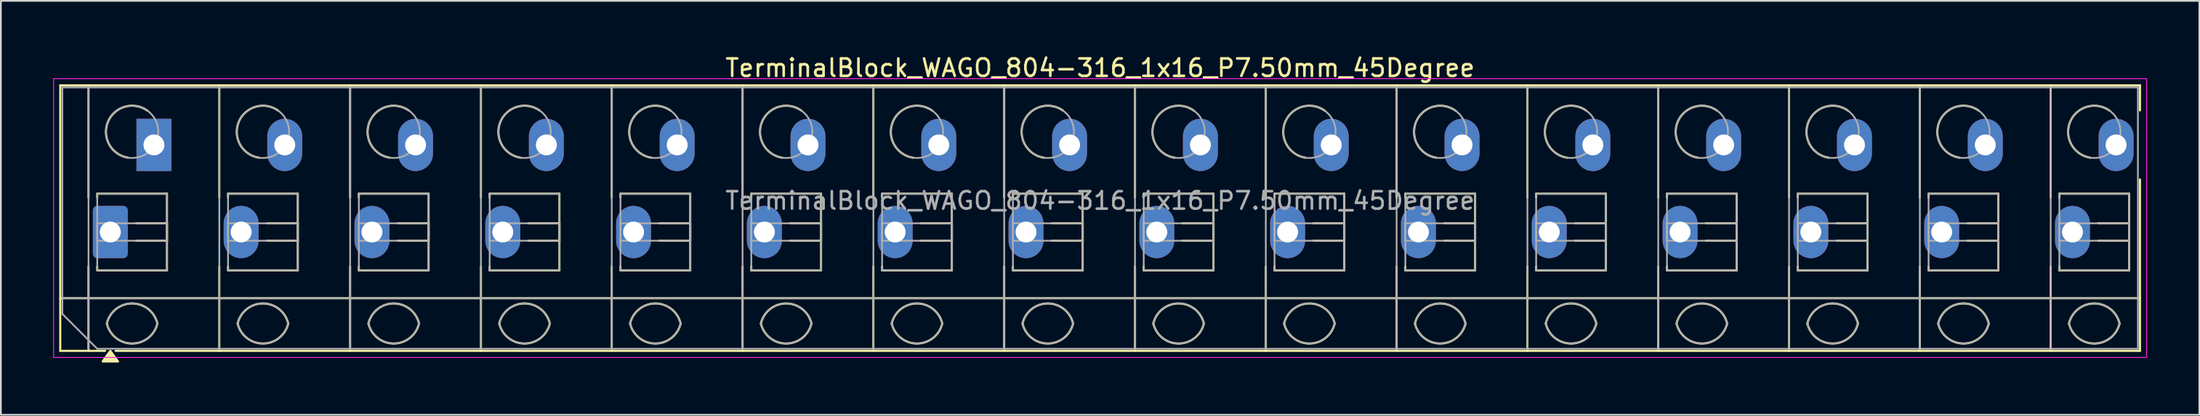
<source format=kicad_pcb>
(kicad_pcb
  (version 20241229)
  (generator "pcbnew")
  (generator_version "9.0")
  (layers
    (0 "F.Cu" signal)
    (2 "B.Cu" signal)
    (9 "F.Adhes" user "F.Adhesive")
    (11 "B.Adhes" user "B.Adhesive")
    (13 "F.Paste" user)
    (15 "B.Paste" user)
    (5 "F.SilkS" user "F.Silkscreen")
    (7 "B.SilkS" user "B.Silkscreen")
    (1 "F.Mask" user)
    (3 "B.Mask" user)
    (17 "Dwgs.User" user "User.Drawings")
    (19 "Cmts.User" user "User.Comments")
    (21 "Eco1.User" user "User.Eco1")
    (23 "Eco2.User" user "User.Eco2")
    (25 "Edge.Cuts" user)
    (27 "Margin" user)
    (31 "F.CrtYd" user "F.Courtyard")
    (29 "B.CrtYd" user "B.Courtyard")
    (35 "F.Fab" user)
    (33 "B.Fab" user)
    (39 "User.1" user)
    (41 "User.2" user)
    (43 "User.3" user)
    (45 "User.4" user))
  (footprint "TerminalBlock_WAGO_804-316_1x16_P7.50mm_45Degree"
    (layer "F.Cu")
    (at 3.275 10.268)
    (property "Reference" "TerminalBlock_WAGO_804-316_1x16_P7.50mm_45Degree" (at 56.75 -9.42 0) (layer "F.SilkS") (effects (font (size 1 1) (thickness 0.15))))
    (attr through_hole)
    (fp_line (start -2.87 -8.42) (end -2.87 6.82) (stroke (width 0.12) (type solid)) (layer "F.SilkS"))
    (fp_line (start -2.87 -8.42) (end 116.37 -8.42) (stroke (width 0.12) (type solid)) (layer "F.SilkS"))
    (fp_line (start -2.87 3.8) (end 116.37 3.8) (stroke (width 0.12) (type solid)) (layer "F.SilkS"))
    (fp_line (start -2.87 6.82) (end -0.3 6.82) (stroke (width 0.12) (type solid)) (layer "F.SilkS"))
    (fp_line (start -1.25 -8.42) (end -1.25 -1.98) (stroke (width 0.12) (type solid)) (layer "F.SilkS"))
    (fp_line (start -1.25 1.98) (end -1.25 6.82) (stroke (width 0.12) (type solid)) (layer "F.SilkS"))
    (fp_line (start -0.75 -2.2) (end -0.75 -1.98) (stroke (width 0.12) (type solid)) (layer "F.SilkS"))
    (fp_line (start -0.75 -2.2) (end 3.25 -2.2) (stroke (width 0.12) (type solid)) (layer "F.SilkS"))
    (fp_line (start -0.75 1.98) (end -0.75 2.2) (stroke (width 0.12) (type solid)) (layer "F.SilkS"))
    (fp_line (start -0.75 2.2) (end 3.25 2.2) (stroke (width 0.12) (type solid)) (layer "F.SilkS"))
    (fp_line (start 0.3 6.82) (end 116.37 6.82) (stroke (width 0.12) (type solid)) (layer "F.SilkS"))
    (fp_line (start 1.48 -0.5) (end 3.25 -0.5) (stroke (width 0.12) (type solid)) (layer "F.SilkS"))
    (fp_line (start 1.48 0.5) (end 3.25 0.5) (stroke (width 0.12) (type solid)) (layer "F.SilkS"))
    (fp_line (start 3.25 -2.2) (end 3.25 2.2) (stroke (width 0.12) (type solid)) (layer "F.SilkS"))
    (fp_line (start 3.25 -0.5) (end 3.25 0.5) (stroke (width 0.12) (type solid)) (layer "F.SilkS"))
    (fp_line (start 6.25 -8.42) (end 6.25 -1.98) (stroke (width 0.12) (type solid)) (layer "F.SilkS"))
    (fp_line (start 6.25 1.98) (end 6.25 6.82) (stroke (width 0.12) (type solid)) (layer "F.SilkS"))
    (fp_line (start 6.75 -2.2) (end 6.75 -1.98) (stroke (width 0.12) (type solid)) (layer "F.SilkS"))
    (fp_line (start 6.75 -2.2) (end 10.75 -2.2) (stroke (width 0.12) (type solid)) (layer "F.SilkS"))
    (fp_line (start 6.75 1.98) (end 6.75 2.2) (stroke (width 0.12) (type solid)) (layer "F.SilkS"))
    (fp_line (start 6.75 2.2) (end 10.75 2.2) (stroke (width 0.12) (type solid)) (layer "F.SilkS"))
    (fp_line (start 8.98 -0.5) (end 10.75 -0.5) (stroke (width 0.12) (type solid)) (layer "F.SilkS"))
    (fp_line (start 8.98 0.5) (end 10.75 0.5) (stroke (width 0.12) (type solid)) (layer "F.SilkS"))
    (fp_line (start 10.75 -2.2) (end 10.75 2.2) (stroke (width 0.12) (type solid)) (layer "F.SilkS"))
    (fp_line (start 10.75 -0.5) (end 10.75 0.5) (stroke (width 0.12) (type solid)) (layer "F.SilkS"))
    (fp_line (start 13.75 -8.42) (end 13.75 -1.98) (stroke (width 0.12) (type solid)) (layer "F.SilkS"))
    (fp_line (start 13.75 1.98) (end 13.75 6.82) (stroke (width 0.12) (type solid)) (layer "F.SilkS"))
    (fp_line (start 14.25 -2.2) (end 14.25 -1.98) (stroke (width 0.12) (type solid)) (layer "F.SilkS"))
    (fp_line (start 14.25 -2.2) (end 18.25 -2.2) (stroke (width 0.12) (type solid)) (layer "F.SilkS"))
    (fp_line (start 14.25 1.98) (end 14.25 2.2) (stroke (width 0.12) (type solid)) (layer "F.SilkS"))
    (fp_line (start 14.25 2.2) (end 18.25 2.2) (stroke (width 0.12) (type solid)) (layer "F.SilkS"))
    (fp_line (start 16.48 -0.5) (end 18.25 -0.5) (stroke (width 0.12) (type solid)) (layer "F.SilkS"))
    (fp_line (start 16.48 0.5) (end 18.25 0.5) (stroke (width 0.12) (type solid)) (layer "F.SilkS"))
    (fp_line (start 18.25 -2.2) (end 18.25 2.2) (stroke (width 0.12) (type solid)) (layer "F.SilkS"))
    (fp_line (start 18.25 -0.5) (end 18.25 0.5) (stroke (width 0.12) (type solid)) (layer "F.SilkS"))
    (fp_line (start 21.25 -8.42) (end 21.25 -1.98) (stroke (width 0.12) (type solid)) (layer "F.SilkS"))
    (fp_line (start 21.25 1.98) (end 21.25 6.82) (stroke (width 0.12) (type solid)) (layer "F.SilkS"))
    (fp_line (start 21.75 -2.2) (end 21.75 -1.98) (stroke (width 0.12) (type solid)) (layer "F.SilkS"))
    (fp_line (start 21.75 -2.2) (end 25.75 -2.2) (stroke (width 0.12) (type solid)) (layer "F.SilkS"))
    (fp_line (start 21.75 1.98) (end 21.75 2.2) (stroke (width 0.12) (type solid)) (layer "F.SilkS"))
    (fp_line (start 21.75 2.2) (end 25.75 2.2) (stroke (width 0.12) (type solid)) (layer "F.SilkS"))
    (fp_line (start 23.98 -0.5) (end 25.75 -0.5) (stroke (width 0.12) (type solid)) (layer "F.SilkS"))
    (fp_line (start 23.98 0.5) (end 25.75 0.5) (stroke (width 0.12) (type solid)) (layer "F.SilkS"))
    (fp_line (start 25.75 -2.2) (end 25.75 2.2) (stroke (width 0.12) (type solid)) (layer "F.SilkS"))
    (fp_line (start 25.75 -0.5) (end 25.75 0.5) (stroke (width 0.12) (type solid)) (layer "F.SilkS"))
    (fp_line (start 28.75 -8.42) (end 28.75 -1.98) (stroke (width 0.12) (type solid)) (layer "F.SilkS"))
    (fp_line (start 28.75 1.98) (end 28.75 6.82) (stroke (width 0.12) (type solid)) (layer "F.SilkS"))
    (fp_line (start 29.25 -2.2) (end 29.25 -1.98) (stroke (width 0.12) (type solid)) (layer "F.SilkS"))
    (fp_line (start 29.25 -2.2) (end 33.25 -2.2) (stroke (width 0.12) (type solid)) (layer "F.SilkS"))
    (fp_line (start 29.25 1.98) (end 29.25 2.2) (stroke (width 0.12) (type solid)) (layer "F.SilkS"))
    (fp_line (start 29.25 2.2) (end 33.25 2.2) (stroke (width 0.12) (type solid)) (layer "F.SilkS"))
    (fp_line (start 31.48 -0.5) (end 33.25 -0.5) (stroke (width 0.12) (type solid)) (layer "F.SilkS"))
    (fp_line (start 31.48 0.5) (end 33.25 0.5) (stroke (width 0.12) (type solid)) (layer "F.SilkS"))
    (fp_line (start 33.25 -2.2) (end 33.25 2.2) (stroke (width 0.12) (type solid)) (layer "F.SilkS"))
    (fp_line (start 33.25 -0.5) (end 33.25 0.5) (stroke (width 0.12) (type solid)) (layer "F.SilkS"))
    (fp_line (start 36.25 -8.42) (end 36.25 -1.98) (stroke (width 0.12) (type solid)) (layer "F.SilkS"))
    (fp_line (start 36.25 1.98) (end 36.25 6.82) (stroke (width 0.12) (type solid)) (layer "F.SilkS"))
    (fp_line (start 36.75 -2.2) (end 36.75 -1.98) (stroke (width 0.12) (type solid)) (layer "F.SilkS"))
    (fp_line (start 36.75 -2.2) (end 40.75 -2.2) (stroke (width 0.12) (type solid)) (layer "F.SilkS"))
    (fp_line (start 36.75 1.98) (end 36.75 2.2) (stroke (width 0.12) (type solid)) (layer "F.SilkS"))
    (fp_line (start 36.75 2.2) (end 40.75 2.2) (stroke (width 0.12) (type solid)) (layer "F.SilkS"))
    (fp_line (start 38.98 -0.5) (end 40.75 -0.5) (stroke (width 0.12) (type solid)) (layer "F.SilkS"))
    (fp_line (start 38.98 0.5) (end 40.75 0.5) (stroke (width 0.12) (type solid)) (layer "F.SilkS"))
    (fp_line (start 40.75 -2.2) (end 40.75 2.2) (stroke (width 0.12) (type solid)) (layer "F.SilkS"))
    (fp_line (start 40.75 -0.5) (end 40.75 0.5) (stroke (width 0.12) (type solid)) (layer "F.SilkS"))
    (fp_line (start 43.75 -8.42) (end 43.75 -1.98) (stroke (width 0.12) (type solid)) (layer "F.SilkS"))
    (fp_line (start 43.75 1.98) (end 43.75 6.82) (stroke (width 0.12) (type solid)) (layer "F.SilkS"))
    (fp_line (start 44.25 -2.2) (end 44.25 -1.98) (stroke (width 0.12) (type solid)) (layer "F.SilkS"))
    (fp_line (start 44.25 -2.2) (end 48.25 -2.2) (stroke (width 0.12) (type solid)) (layer "F.SilkS"))
    (fp_line (start 44.25 1.98) (end 44.25 2.2) (stroke (width 0.12) (type solid)) (layer "F.SilkS"))
    (fp_line (start 44.25 2.2) (end 48.25 2.2) (stroke (width 0.12) (type solid)) (layer "F.SilkS"))
    (fp_line (start 46.48 -0.5) (end 48.25 -0.5) (stroke (width 0.12) (type solid)) (layer "F.SilkS"))
    (fp_line (start 46.48 0.5) (end 48.25 0.5) (stroke (width 0.12) (type solid)) (layer "F.SilkS"))
    (fp_line (start 48.25 -2.2) (end 48.25 2.2) (stroke (width 0.12) (type solid)) (layer "F.SilkS"))
    (fp_line (start 48.25 -0.5) (end 48.25 0.5) (stroke (width 0.12) (type solid)) (layer "F.SilkS"))
    (fp_line (start 51.25 -8.42) (end 51.25 -1.98) (stroke (width 0.12) (type solid)) (layer "F.SilkS"))
    (fp_line (start 51.25 1.98) (end 51.25 6.82) (stroke (width 0.12) (type solid)) (layer "F.SilkS"))
    (fp_line (start 51.75 -2.2) (end 51.75 -1.98) (stroke (width 0.12) (type solid)) (layer "F.SilkS"))
    (fp_line (start 51.75 -2.2) (end 55.75 -2.2) (stroke (width 0.12) (type solid)) (layer "F.SilkS"))
    (fp_line (start 51.75 1.98) (end 51.75 2.2) (stroke (width 0.12) (type solid)) (layer "F.SilkS"))
    (fp_line (start 51.75 2.2) (end 55.75 2.2) (stroke (width 0.12) (type solid)) (layer "F.SilkS"))
    (fp_line (start 53.98 -0.5) (end 55.75 -0.5) (stroke (width 0.12) (type solid)) (layer "F.SilkS"))
    (fp_line (start 53.98 0.5) (end 55.75 0.5) (stroke (width 0.12) (type solid)) (layer "F.SilkS"))
    (fp_line (start 55.75 -2.2) (end 55.75 2.2) (stroke (width 0.12) (type solid)) (layer "F.SilkS"))
    (fp_line (start 55.75 -0.5) (end 55.75 0.5) (stroke (width 0.12) (type solid)) (layer "F.SilkS"))
    (fp_line (start 58.75 -8.42) (end 58.75 -1.98) (stroke (width 0.12) (type solid)) (layer "F.SilkS"))
    (fp_line (start 58.75 1.98) (end 58.75 6.82) (stroke (width 0.12) (type solid)) (layer "F.SilkS"))
    (fp_line (start 59.25 -2.2) (end 59.25 -1.98) (stroke (width 0.12) (type solid)) (layer "F.SilkS"))
    (fp_line (start 59.25 -2.2) (end 63.25 -2.2) (stroke (width 0.12) (type solid)) (layer "F.SilkS"))
    (fp_line (start 59.25 1.98) (end 59.25 2.2) (stroke (width 0.12) (type solid)) (layer "F.SilkS"))
    (fp_line (start 59.25 2.2) (end 63.25 2.2) (stroke (width 0.12) (type solid)) (layer "F.SilkS"))
    (fp_line (start 61.48 -0.5) (end 63.25 -0.5) (stroke (width 0.12) (type solid)) (layer "F.SilkS"))
    (fp_line (start 61.48 0.5) (end 63.25 0.5) (stroke (width 0.12) (type solid)) (layer "F.SilkS"))
    (fp_line (start 63.25 -2.2) (end 63.25 2.2) (stroke (width 0.12) (type solid)) (layer "F.SilkS"))
    (fp_line (start 63.25 -0.5) (end 63.25 0.5) (stroke (width 0.12) (type solid)) (layer "F.SilkS"))
    (fp_line (start 66.25 -8.42) (end 66.25 -1.98) (stroke (width 0.12) (type solid)) (layer "F.SilkS"))
    (fp_line (start 66.25 1.98) (end 66.25 6.82) (stroke (width 0.12) (type solid)) (layer "F.SilkS"))
    (fp_line (start 66.75 -2.2) (end 66.75 -1.98) (stroke (width 0.12) (type solid)) (layer "F.SilkS"))
    (fp_line (start 66.75 -2.2) (end 70.75 -2.2) (stroke (width 0.12) (type solid)) (layer "F.SilkS"))
    (fp_line (start 66.75 1.98) (end 66.75 2.2) (stroke (width 0.12) (type solid)) (layer "F.SilkS"))
    (fp_line (start 66.75 2.2) (end 70.75 2.2) (stroke (width 0.12) (type solid)) (layer "F.SilkS"))
    (fp_line (start 68.98 -0.5) (end 70.75 -0.5) (stroke (width 0.12) (type solid)) (layer "F.SilkS"))
    (fp_line (start 68.98 0.5) (end 70.75 0.5) (stroke (width 0.12) (type solid)) (layer "F.SilkS"))
    (fp_line (start 70.75 -2.2) (end 70.75 2.2) (stroke (width 0.12) (type solid)) (layer "F.SilkS"))
    (fp_line (start 70.75 -0.5) (end 70.75 0.5) (stroke (width 0.12) (type solid)) (layer "F.SilkS"))
    (fp_line (start 73.75 -8.42) (end 73.75 -1.98) (stroke (width 0.12) (type solid)) (layer "F.SilkS"))
    (fp_line (start 73.75 1.98) (end 73.75 6.82) (stroke (width 0.12) (type solid)) (layer "F.SilkS"))
    (fp_line (start 74.25 -2.2) (end 74.25 -1.98) (stroke (width 0.12) (type solid)) (layer "F.SilkS"))
    (fp_line (start 74.25 -2.2) (end 78.25 -2.2) (stroke (width 0.12) (type solid)) (layer "F.SilkS"))
    (fp_line (start 74.25 1.98) (end 74.25 2.2) (stroke (width 0.12) (type solid)) (layer "F.SilkS"))
    (fp_line (start 74.25 2.2) (end 78.25 2.2) (stroke (width 0.12) (type solid)) (layer "F.SilkS"))
    (fp_line (start 76.48 -0.5) (end 78.25 -0.5) (stroke (width 0.12) (type solid)) (layer "F.SilkS"))
    (fp_line (start 76.48 0.5) (end 78.25 0.5) (stroke (width 0.12) (type solid)) (layer "F.SilkS"))
    (fp_line (start 78.25 -2.2) (end 78.25 2.2) (stroke (width 0.12) (type solid)) (layer "F.SilkS"))
    (fp_line (start 78.25 -0.5) (end 78.25 0.5) (stroke (width 0.12) (type solid)) (layer "F.SilkS"))
    (fp_line (start 81.25 -8.42) (end 81.25 -1.98) (stroke (width 0.12) (type solid)) (layer "F.SilkS"))
    (fp_line (start 81.25 1.98) (end 81.25 6.82) (stroke (width 0.12) (type solid)) (layer "F.SilkS"))
    (fp_line (start 81.75 -2.2) (end 81.75 -1.98) (stroke (width 0.12) (type solid)) (layer "F.SilkS"))
    (fp_line (start 81.75 -2.2) (end 85.75 -2.2) (stroke (width 0.12) (type solid)) (layer "F.SilkS"))
    (fp_line (start 81.75 1.98) (end 81.75 2.2) (stroke (width 0.12) (type solid)) (layer "F.SilkS"))
    (fp_line (start 81.75 2.2) (end 85.75 2.2) (stroke (width 0.12) (type solid)) (layer "F.SilkS"))
    (fp_line (start 83.98 -0.5) (end 85.75 -0.5) (stroke (width 0.12) (type solid)) (layer "F.SilkS"))
    (fp_line (start 83.98 0.5) (end 85.75 0.5) (stroke (width 0.12) (type solid)) (layer "F.SilkS"))
    (fp_line (start 85.75 -2.2) (end 85.75 2.2) (stroke (width 0.12) (type solid)) (layer "F.SilkS"))
    (fp_line (start 85.75 -0.5) (end 85.75 0.5) (stroke (width 0.12) (type solid)) (layer "F.SilkS"))
    (fp_line (start 88.75 -8.42) (end 88.75 -1.98) (stroke (width 0.12) (type solid)) (layer "F.SilkS"))
    (fp_line (start 88.75 1.98) (end 88.75 6.82) (stroke (width 0.12) (type solid)) (layer "F.SilkS"))
    (fp_line (start 89.25 -2.2) (end 89.25 -1.98) (stroke (width 0.12) (type solid)) (layer "F.SilkS"))
    (fp_line (start 89.25 -2.2) (end 93.25 -2.2) (stroke (width 0.12) (type solid)) (layer "F.SilkS"))
    (fp_line (start 89.25 1.98) (end 89.25 2.2) (stroke (width 0.12) (type solid)) (layer "F.SilkS"))
    (fp_line (start 89.25 2.2) (end 93.25 2.2) (stroke (width 0.12) (type solid)) (layer "F.SilkS"))
    (fp_line (start 91.48 -0.5) (end 93.25 -0.5) (stroke (width 0.12) (type solid)) (layer "F.SilkS"))
    (fp_line (start 91.48 0.5) (end 93.25 0.5) (stroke (width 0.12) (type solid)) (layer "F.SilkS"))
    (fp_line (start 93.25 -2.2) (end 93.25 2.2) (stroke (width 0.12) (type solid)) (layer "F.SilkS"))
    (fp_line (start 93.25 -0.5) (end 93.25 0.5) (stroke (width 0.12) (type solid)) (layer "F.SilkS"))
    (fp_line (start 96.25 -8.42) (end 96.25 -1.98) (stroke (width 0.12) (type solid)) (layer "F.SilkS"))
    (fp_line (start 96.25 1.98) (end 96.25 6.82) (stroke (width 0.12) (type solid)) (layer "F.SilkS"))
    (fp_line (start 96.75 -2.2) (end 96.75 -1.98) (stroke (width 0.12) (type solid)) (layer "F.SilkS"))
    (fp_line (start 96.75 -2.2) (end 100.75 -2.2) (stroke (width 0.12) (type solid)) (layer "F.SilkS"))
    (fp_line (start 96.75 1.98) (end 96.75 2.2) (stroke (width 0.12) (type solid)) (layer "F.SilkS"))
    (fp_line (start 96.75 2.2) (end 100.75 2.2) (stroke (width 0.12) (type solid)) (layer "F.SilkS"))
    (fp_line (start 98.98 -0.5) (end 100.75 -0.5) (stroke (width 0.12) (type solid)) (layer "F.SilkS"))
    (fp_line (start 98.98 0.5) (end 100.75 0.5) (stroke (width 0.12) (type solid)) (layer "F.SilkS"))
    (fp_line (start 100.75 -2.2) (end 100.75 2.2) (stroke (width 0.12) (type solid)) (layer "F.SilkS"))
    (fp_line (start 100.75 -0.5) (end 100.75 0.5) (stroke (width 0.12) (type solid)) (layer "F.SilkS"))
    (fp_line (start 103.75 -8.42) (end 103.75 -1.98) (stroke (width 0.12) (type solid)) (layer "F.SilkS"))
    (fp_line (start 103.75 1.98) (end 103.75 6.82) (stroke (width 0.12) (type solid)) (layer "F.SilkS"))
    (fp_line (start 104.25 -2.2) (end 104.25 -1.98) (stroke (width 0.12) (type solid)) (layer "F.SilkS"))
    (fp_line (start 104.25 -2.2) (end 108.25 -2.2) (stroke (width 0.12) (type solid)) (layer "F.SilkS"))
    (fp_line (start 104.25 1.98) (end 104.25 2.2) (stroke (width 0.12) (type solid)) (layer "F.SilkS"))
    (fp_line (start 104.25 2.2) (end 108.25 2.2) (stroke (width 0.12) (type solid)) (layer "F.SilkS"))
    (fp_line (start 106.48 -0.5) (end 108.25 -0.5) (stroke (width 0.12) (type solid)) (layer "F.SilkS"))
    (fp_line (start 106.48 0.5) (end 108.25 0.5) (stroke (width 0.12) (type solid)) (layer "F.SilkS"))
    (fp_line (start 108.25 -2.2) (end 108.25 2.2) (stroke (width 0.12) (type solid)) (layer "F.SilkS"))
    (fp_line (start 108.25 -0.5) (end 108.25 0.5) (stroke (width 0.12) (type solid)) (layer "F.SilkS"))
    (fp_line (start 111.25 -8.42) (end 111.25 -1.98) (stroke (width 0.12) (type solid)) (layer "F.SilkS"))
    (fp_line (start 111.25 1.98) (end 111.25 6.82) (stroke (width 0.12) (type solid)) (layer "F.SilkS"))
    (fp_line (start 111.75 -2.2) (end 111.75 -1.98) (stroke (width 0.12) (type solid)) (layer "F.SilkS"))
    (fp_line (start 111.75 -2.2) (end 115.75 -2.2) (stroke (width 0.12) (type solid)) (layer "F.SilkS"))
    (fp_line (start 111.75 1.98) (end 111.75 2.2) (stroke (width 0.12) (type solid)) (layer "F.SilkS"))
    (fp_line (start 111.75 2.2) (end 115.75 2.2) (stroke (width 0.12) (type solid)) (layer "F.SilkS"))
    (fp_line (start 113.98 -0.5) (end 115.75 -0.5) (stroke (width 0.12) (type solid)) (layer "F.SilkS"))
    (fp_line (start 113.98 0.5) (end 115.75 0.5) (stroke (width 0.12) (type solid)) (layer "F.SilkS"))
    (fp_line (start 115.75 -2.2) (end 115.75 2.2) (stroke (width 0.12) (type solid)) (layer "F.SilkS"))
    (fp_line (start 115.75 -0.5) (end 115.75 0.5) (stroke (width 0.12) (type solid)) (layer "F.SilkS"))
    (fp_line (start 116.37 -8.42) (end 116.37 -6.98) (stroke (width 0.12) (type solid)) (layer "F.SilkS"))
    (fp_line (start 116.37 -3.02) (end 116.37 6.82) (stroke (width 0.12) (type solid)) (layer "F.SilkS"))
    (fp_arc (start -0.199942 5.249753) (mid 1.250127 4.099899) (end 2.7 5.25) (stroke (width 0.12) (type solid)) (layer "F.SilkS"))
    (fp_arc (start 1.02 -4.268) (mid -0.141815 -6.308637) (end 2.10843 -6.979765) (stroke (width 0.12) (type solid)) (layer "F.SilkS"))
    (fp_arc (start 2.7 5.25) (mid 1.250127 6.400101) (end -0.199942 5.250247) (stroke (width 0.12) (type solid)) (layer "F.SilkS"))
    (fp_arc (start 7.300058 5.249753) (mid 8.750127 4.099899) (end 10.2 5.25) (stroke (width 0.12) (type solid)) (layer "F.SilkS"))
    (fp_arc (start 8.52 -4.268) (mid 7.358185 -6.308637) (end 9.60843 -6.979765) (stroke (width 0.12) (type solid)) (layer "F.SilkS"))
    (fp_arc (start 10.2 5.25) (mid 8.750127 6.400101) (end 7.300058 5.250247) (stroke (width 0.12) (type solid)) (layer "F.SilkS"))
    (fp_arc (start 14.800058 5.249753) (mid 16.250127 4.099899) (end 17.7 5.25) (stroke (width 0.12) (type solid)) (layer "F.SilkS"))
    (fp_arc (start 16.02 -4.268) (mid 14.858185 -6.308637) (end 17.10843 -6.979765) (stroke (width 0.12) (type solid)) (layer "F.SilkS"))
    (fp_arc (start 17.7 5.25) (mid 16.250127 6.400101) (end 14.800058 5.250247) (stroke (width 0.12) (type solid)) (layer "F.SilkS"))
    (fp_arc (start 22.300058 5.249753) (mid 23.750127 4.099899) (end 25.2 5.25) (stroke (width 0.12) (type solid)) (layer "F.SilkS"))
    (fp_arc (start 23.52 -4.268) (mid 22.358185 -6.308637) (end 24.60843 -6.979765) (stroke (width 0.12) (type solid)) (layer "F.SilkS"))
    (fp_arc (start 25.2 5.25) (mid 23.750127 6.400101) (end 22.300058 5.250247) (stroke (width 0.12) (type solid)) (layer "F.SilkS"))
    (fp_arc (start 29.800058 5.249753) (mid 31.250127 4.099899) (end 32.7 5.25) (stroke (width 0.12) (type solid)) (layer "F.SilkS"))
    (fp_arc (start 31.02 -4.268) (mid 29.858185 -6.308637) (end 32.10843 -6.979765) (stroke (width 0.12) (type solid)) (layer "F.SilkS"))
    (fp_arc (start 32.7 5.25) (mid 31.250127 6.400101) (end 29.800058 5.250247) (stroke (width 0.12) (type solid)) (layer "F.SilkS"))
    (fp_arc (start 37.300058 5.249753) (mid 38.750127 4.099899) (end 40.2 5.25) (stroke (width 0.12) (type solid)) (layer "F.SilkS"))
    (fp_arc (start 38.52 -4.268) (mid 37.358185 -6.308637) (end 39.60843 -6.979765) (stroke (width 0.12) (type solid)) (layer "F.SilkS"))
    (fp_arc (start 40.2 5.25) (mid 38.750127 6.400101) (end 37.300058 5.250247) (stroke (width 0.12) (type solid)) (layer "F.SilkS"))
    (fp_arc (start 44.800058 5.249753) (mid 46.250127 4.099899) (end 47.7 5.25) (stroke (width 0.12) (type solid)) (layer "F.SilkS"))
    (fp_arc (start 46.02 -4.268) (mid 44.858185 -6.308637) (end 47.10843 -6.979765) (stroke (width 0.12) (type solid)) (layer "F.SilkS"))
    (fp_arc (start 47.7 5.25) (mid 46.250127 6.400101) (end 44.800058 5.250247) (stroke (width 0.12) (type solid)) (layer "F.SilkS"))
    (fp_arc (start 52.300058 5.249753) (mid 53.750127 4.099899) (end 55.2 5.25) (stroke (width 0.12) (type solid)) (layer "F.SilkS"))
    (fp_arc (start 53.52 -4.268) (mid 52.358185 -6.308637) (end 54.60843 -6.979765) (stroke (width 0.12) (type solid)) (layer "F.SilkS"))
    (fp_arc (start 55.2 5.25) (mid 53.750127 6.400101) (end 52.300058 5.250247) (stroke (width 0.12) (type solid)) (layer "F.SilkS"))
    (fp_arc (start 59.800058 5.249753) (mid 61.250127 4.099899) (end 62.7 5.25) (stroke (width 0.12) (type solid)) (layer "F.SilkS"))
    (fp_arc (start 61.02 -4.268) (mid 59.858185 -6.308637) (end 62.10843 -6.979765) (stroke (width 0.12) (type solid)) (layer "F.SilkS"))
    (fp_arc (start 62.7 5.25) (mid 61.250127 6.400101) (end 59.800058 5.250247) (stroke (width 0.12) (type solid)) (layer "F.SilkS"))
    (fp_arc (start 67.300058 5.249753) (mid 68.750127 4.099899) (end 70.2 5.25) (stroke (width 0.12) (type solid)) (layer "F.SilkS"))
    (fp_arc (start 68.52 -4.268) (mid 67.358185 -6.308637) (end 69.60843 -6.979765) (stroke (width 0.12) (type solid)) (layer "F.SilkS"))
    (fp_arc (start 70.2 5.25) (mid 68.750127 6.400101) (end 67.300058 5.250247) (stroke (width 0.12) (type solid)) (layer "F.SilkS"))
    (fp_arc (start 74.800058 5.249753) (mid 76.250127 4.099899) (end 77.7 5.25) (stroke (width 0.12) (type solid)) (layer "F.SilkS"))
    (fp_arc (start 76.02 -4.268) (mid 74.858185 -6.308637) (end 77.10843 -6.979765) (stroke (width 0.12) (type solid)) (layer "F.SilkS"))
    (fp_arc (start 77.7 5.25) (mid 76.250127 6.400101) (end 74.800058 5.250247) (stroke (width 0.12) (type solid)) (layer "F.SilkS"))
    (fp_arc (start 82.300058 5.249753) (mid 83.750127 4.099899) (end 85.2 5.25) (stroke (width 0.12) (type solid)) (layer "F.SilkS"))
    (fp_arc (start 83.52 -4.268) (mid 82.358185 -6.308637) (end 84.60843 -6.979765) (stroke (width 0.12) (type solid)) (layer "F.SilkS"))
    (fp_arc (start 85.2 5.25) (mid 83.750127 6.400101) (end 82.300058 5.250247) (stroke (width 0.12) (type solid)) (layer "F.SilkS"))
    (fp_arc (start 89.800058 5.249753) (mid 91.250127 4.099899) (end 92.7 5.25) (stroke (width 0.12) (type solid)) (layer "F.SilkS"))
    (fp_arc (start 91.02 -4.268) (mid 89.858185 -6.308637) (end 92.10843 -6.979765) (stroke (width 0.12) (type solid)) (layer "F.SilkS"))
    (fp_arc (start 92.7 5.25) (mid 91.250127 6.400101) (end 89.800058 5.250247) (stroke (width 0.12) (type solid)) (layer "F.SilkS"))
    (fp_arc (start 97.300058 5.249753) (mid 98.750127 4.099899) (end 100.2 5.25) (stroke (width 0.12) (type solid)) (layer "F.SilkS"))
    (fp_arc (start 98.52 -4.268) (mid 97.358185 -6.308637) (end 99.60843 -6.979765) (stroke (width 0.12) (type solid)) (layer "F.SilkS"))
    (fp_arc (start 100.2 5.25) (mid 98.750127 6.400101) (end 97.300058 5.250247) (stroke (width 0.12) (type solid)) (layer "F.SilkS"))
    (fp_arc (start 104.800058 5.249753) (mid 106.250127 4.099899) (end 107.7 5.25) (stroke (width 0.12) (type solid)) (layer "F.SilkS"))
    (fp_arc (start 106.02 -4.268) (mid 104.858185 -6.308637) (end 107.10843 -6.979765) (stroke (width 0.12) (type solid)) (layer "F.SilkS"))
    (fp_arc (start 107.7 5.25) (mid 106.250127 6.400101) (end 104.800058 5.250247) (stroke (width 0.12) (type solid)) (layer "F.SilkS"))
    (fp_arc (start 112.300058 5.249753) (mid 113.750127 4.099899) (end 115.2 5.25) (stroke (width 0.12) (type solid)) (layer "F.SilkS"))
    (fp_arc (start 113.52 -4.268) (mid 112.358185 -6.308637) (end 114.60843 -6.979765) (stroke (width 0.12) (type solid)) (layer "F.SilkS"))
    (fp_arc (start 115.2 5.25) (mid 113.750127 6.400101) (end 112.300058 5.250247) (stroke (width 0.12) (type solid)) (layer "F.SilkS"))
    (fp_poly (pts (xy 0 6.82) (xy 0.44 7.43) (xy -0.44 7.43)) (stroke (width 0.12) (type solid)) (fill yes) (layer "F.SilkS"))
    (fp_line (start -3.25 -8.8) (end -3.25 7.2) (stroke (width 0.05) (type solid)) (layer "F.CrtYd"))
    (fp_line (start -3.25 7.2) (end 116.75 7.2) (stroke (width 0.05) (type solid)) (layer "F.CrtYd"))
    (fp_line (start 116.75 -8.8) (end -3.25 -8.8) (stroke (width 0.05) (type solid)) (layer "F.CrtYd"))
    (fp_line (start 116.75 7.2) (end 116.75 -8.8) (stroke (width 0.05) (type solid)) (layer "F.CrtYd"))
    (fp_line (start -2.75 -8.3) (end 116.25 -8.3) (stroke (width 0.1) (type solid)) (layer "F.Fab"))
    (fp_line (start -2.75 3.8) (end 116.25 3.8) (stroke (width 0.1) (type solid)) (layer "F.Fab"))
    (fp_line (start -2.75 4.7) (end -2.75 -8.3) (stroke (width 0.1) (type solid)) (layer "F.Fab"))
    (fp_line (start -1.25 -8.3) (end -1.25 6.7) (stroke (width 0.1) (type solid)) (layer "F.Fab"))
    (fp_line (start -0.75 -2.2) (end -0.75 2.2) (stroke (width 0.1) (type solid)) (layer "F.Fab"))
    (fp_line (start -0.75 -0.5) (end -0.75 0.5) (stroke (width 0.1) (type solid)) (layer "F.Fab"))
    (fp_line (start -0.75 0.5) (end 3.25 0.5) (stroke (width 0.1) (type solid)) (layer "F.Fab"))
    (fp_line (start -0.75 2.2) (end 3.25 2.2) (stroke (width 0.1) (type solid)) (layer "F.Fab"))
    (fp_line (start -0.75 6.7) (end -2.75 4.7) (stroke (width 0.1) (type solid)) (layer "F.Fab"))
    (fp_line (start 3.25 -2.2) (end -0.75 -2.2) (stroke (width 0.1) (type solid)) (layer "F.Fab"))
    (fp_line (start 3.25 -0.5) (end -0.75 -0.5) (stroke (width 0.1) (type solid)) (layer "F.Fab"))
    (fp_line (start 3.25 0.5) (end 3.25 -0.5) (stroke (width 0.1) (type solid)) (layer "F.Fab"))
    (fp_line (start 3.25 2.2) (end 3.25 -2.2) (stroke (width 0.1) (type solid)) (layer "F.Fab"))
    (fp_line (start 6.25 -8.3) (end 6.25 6.7) (stroke (width 0.1) (type solid)) (layer "F.Fab"))
    (fp_line (start 6.75 -2.2) (end 6.75 2.2) (stroke (width 0.1) (type solid)) (layer "F.Fab"))
    (fp_line (start 6.75 -0.5) (end 6.75 0.5) (stroke (width 0.1) (type solid)) (layer "F.Fab"))
    (fp_line (start 6.75 0.5) (end 10.75 0.5) (stroke (width 0.1) (type solid)) (layer "F.Fab"))
    (fp_line (start 6.75 2.2) (end 10.75 2.2) (stroke (width 0.1) (type solid)) (layer "F.Fab"))
    (fp_line (start 10.75 -2.2) (end 6.75 -2.2) (stroke (width 0.1) (type solid)) (layer "F.Fab"))
    (fp_line (start 10.75 -0.5) (end 6.75 -0.5) (stroke (width 0.1) (type solid)) (layer "F.Fab"))
    (fp_line (start 10.75 0.5) (end 10.75 -0.5) (stroke (width 0.1) (type solid)) (layer "F.Fab"))
    (fp_line (start 10.75 2.2) (end 10.75 -2.2) (stroke (width 0.1) (type solid)) (layer "F.Fab"))
    (fp_line (start 13.75 -8.3) (end 13.75 6.7) (stroke (width 0.1) (type solid)) (layer "F.Fab"))
    (fp_line (start 14.25 -2.2) (end 14.25 2.2) (stroke (width 0.1) (type solid)) (layer "F.Fab"))
    (fp_line (start 14.25 -0.5) (end 14.25 0.5) (stroke (width 0.1) (type solid)) (layer "F.Fab"))
    (fp_line (start 14.25 0.5) (end 18.25 0.5) (stroke (width 0.1) (type solid)) (layer "F.Fab"))
    (fp_line (start 14.25 2.2) (end 18.25 2.2) (stroke (width 0.1) (type solid)) (layer "F.Fab"))
    (fp_line (start 18.25 -2.2) (end 14.25 -2.2) (stroke (width 0.1) (type solid)) (layer "F.Fab"))
    (fp_line (start 18.25 -0.5) (end 14.25 -0.5) (stroke (width 0.1) (type solid)) (layer "F.Fab"))
    (fp_line (start 18.25 0.5) (end 18.25 -0.5) (stroke (width 0.1) (type solid)) (layer "F.Fab"))
    (fp_line (start 18.25 2.2) (end 18.25 -2.2) (stroke (width 0.1) (type solid)) (layer "F.Fab"))
    (fp_line (start 21.25 -8.3) (end 21.25 6.7) (stroke (width 0.1) (type solid)) (layer "F.Fab"))
    (fp_line (start 21.75 -2.2) (end 21.75 2.2) (stroke (width 0.1) (type solid)) (layer "F.Fab"))
    (fp_line (start 21.75 -0.5) (end 21.75 0.5) (stroke (width 0.1) (type solid)) (layer "F.Fab"))
    (fp_line (start 21.75 0.5) (end 25.75 0.5) (stroke (width 0.1) (type solid)) (layer "F.Fab"))
    (fp_line (start 21.75 2.2) (end 25.75 2.2) (stroke (width 0.1) (type solid)) (layer "F.Fab"))
    (fp_line (start 25.75 -2.2) (end 21.75 -2.2) (stroke (width 0.1) (type solid)) (layer "F.Fab"))
    (fp_line (start 25.75 -0.5) (end 21.75 -0.5) (stroke (width 0.1) (type solid)) (layer "F.Fab"))
    (fp_line (start 25.75 0.5) (end 25.75 -0.5) (stroke (width 0.1) (type solid)) (layer "F.Fab"))
    (fp_line (start 25.75 2.2) (end 25.75 -2.2) (stroke (width 0.1) (type solid)) (layer "F.Fab"))
    (fp_line (start 28.75 -8.3) (end 28.75 6.7) (stroke (width 0.1) (type solid)) (layer "F.Fab"))
    (fp_line (start 29.25 -2.2) (end 29.25 2.2) (stroke (width 0.1) (type solid)) (layer "F.Fab"))
    (fp_line (start 29.25 -0.5) (end 29.25 0.5) (stroke (width 0.1) (type solid)) (layer "F.Fab"))
    (fp_line (start 29.25 0.5) (end 33.25 0.5) (stroke (width 0.1) (type solid)) (layer "F.Fab"))
    (fp_line (start 29.25 2.2) (end 33.25 2.2) (stroke (width 0.1) (type solid)) (layer "F.Fab"))
    (fp_line (start 33.25 -2.2) (end 29.25 -2.2) (stroke (width 0.1) (type solid)) (layer "F.Fab"))
    (fp_line (start 33.25 -0.5) (end 29.25 -0.5) (stroke (width 0.1) (type solid)) (layer "F.Fab"))
    (fp_line (start 33.25 0.5) (end 33.25 -0.5) (stroke (width 0.1) (type solid)) (layer "F.Fab"))
    (fp_line (start 33.25 2.2) (end 33.25 -2.2) (stroke (width 0.1) (type solid)) (layer "F.Fab"))
    (fp_line (start 36.25 -8.3) (end 36.25 6.7) (stroke (width 0.1) (type solid)) (layer "F.Fab"))
    (fp_line (start 36.75 -2.2) (end 36.75 2.2) (stroke (width 0.1) (type solid)) (layer "F.Fab"))
    (fp_line (start 36.75 -0.5) (end 36.75 0.5) (stroke (width 0.1) (type solid)) (layer "F.Fab"))
    (fp_line (start 36.75 0.5) (end 40.75 0.5) (stroke (width 0.1) (type solid)) (layer "F.Fab"))
    (fp_line (start 36.75 2.2) (end 40.75 2.2) (stroke (width 0.1) (type solid)) (layer "F.Fab"))
    (fp_line (start 40.75 -2.2) (end 36.75 -2.2) (stroke (width 0.1) (type solid)) (layer "F.Fab"))
    (fp_line (start 40.75 -0.5) (end 36.75 -0.5) (stroke (width 0.1) (type solid)) (layer "F.Fab"))
    (fp_line (start 40.75 0.5) (end 40.75 -0.5) (stroke (width 0.1) (type solid)) (layer "F.Fab"))
    (fp_line (start 40.75 2.2) (end 40.75 -2.2) (stroke (width 0.1) (type solid)) (layer "F.Fab"))
    (fp_line (start 43.75 -8.3) (end 43.75 6.7) (stroke (width 0.1) (type solid)) (layer "F.Fab"))
    (fp_line (start 44.25 -2.2) (end 44.25 2.2) (stroke (width 0.1) (type solid)) (layer "F.Fab"))
    (fp_line (start 44.25 -0.5) (end 44.25 0.5) (stroke (width 0.1) (type solid)) (layer "F.Fab"))
    (fp_line (start 44.25 0.5) (end 48.25 0.5) (stroke (width 0.1) (type solid)) (layer "F.Fab"))
    (fp_line (start 44.25 2.2) (end 48.25 2.2) (stroke (width 0.1) (type solid)) (layer "F.Fab"))
    (fp_line (start 48.25 -2.2) (end 44.25 -2.2) (stroke (width 0.1) (type solid)) (layer "F.Fab"))
    (fp_line (start 48.25 -0.5) (end 44.25 -0.5) (stroke (width 0.1) (type solid)) (layer "F.Fab"))
    (fp_line (start 48.25 0.5) (end 48.25 -0.5) (stroke (width 0.1) (type solid)) (layer "F.Fab"))
    (fp_line (start 48.25 2.2) (end 48.25 -2.2) (stroke (width 0.1) (type solid)) (layer "F.Fab"))
    (fp_line (start 51.25 -8.3) (end 51.25 6.7) (stroke (width 0.1) (type solid)) (layer "F.Fab"))
    (fp_line (start 51.75 -2.2) (end 51.75 2.2) (stroke (width 0.1) (type solid)) (layer "F.Fab"))
    (fp_line (start 51.75 -0.5) (end 51.75 0.5) (stroke (width 0.1) (type solid)) (layer "F.Fab"))
    (fp_line (start 51.75 0.5) (end 55.75 0.5) (stroke (width 0.1) (type solid)) (layer "F.Fab"))
    (fp_line (start 51.75 2.2) (end 55.75 2.2) (stroke (width 0.1) (type solid)) (layer "F.Fab"))
    (fp_line (start 55.75 -2.2) (end 51.75 -2.2) (stroke (width 0.1) (type solid)) (layer "F.Fab"))
    (fp_line (start 55.75 -0.5) (end 51.75 -0.5) (stroke (width 0.1) (type solid)) (layer "F.Fab"))
    (fp_line (start 55.75 0.5) (end 55.75 -0.5) (stroke (width 0.1) (type solid)) (layer "F.Fab"))
    (fp_line (start 55.75 2.2) (end 55.75 -2.2) (stroke (width 0.1) (type solid)) (layer "F.Fab"))
    (fp_line (start 58.75 -8.3) (end 58.75 6.7) (stroke (width 0.1) (type solid)) (layer "F.Fab"))
    (fp_line (start 59.25 -2.2) (end 59.25 2.2) (stroke (width 0.1) (type solid)) (layer "F.Fab"))
    (fp_line (start 59.25 -0.5) (end 59.25 0.5) (stroke (width 0.1) (type solid)) (layer "F.Fab"))
    (fp_line (start 59.25 0.5) (end 63.25 0.5) (stroke (width 0.1) (type solid)) (layer "F.Fab"))
    (fp_line (start 59.25 2.2) (end 63.25 2.2) (stroke (width 0.1) (type solid)) (layer "F.Fab"))
    (fp_line (start 63.25 -2.2) (end 59.25 -2.2) (stroke (width 0.1) (type solid)) (layer "F.Fab"))
    (fp_line (start 63.25 -0.5) (end 59.25 -0.5) (stroke (width 0.1) (type solid)) (layer "F.Fab"))
    (fp_line (start 63.25 0.5) (end 63.25 -0.5) (stroke (width 0.1) (type solid)) (layer "F.Fab"))
    (fp_line (start 63.25 2.2) (end 63.25 -2.2) (stroke (width 0.1) (type solid)) (layer "F.Fab"))
    (fp_line (start 66.25 -8.3) (end 66.25 6.7) (stroke (width 0.1) (type solid)) (layer "F.Fab"))
    (fp_line (start 66.75 -2.2) (end 66.75 2.2) (stroke (width 0.1) (type solid)) (layer "F.Fab"))
    (fp_line (start 66.75 -0.5) (end 66.75 0.5) (stroke (width 0.1) (type solid)) (layer "F.Fab"))
    (fp_line (start 66.75 0.5) (end 70.75 0.5) (stroke (width 0.1) (type solid)) (layer "F.Fab"))
    (fp_line (start 66.75 2.2) (end 70.75 2.2) (stroke (width 0.1) (type solid)) (layer "F.Fab"))
    (fp_line (start 70.75 -2.2) (end 66.75 -2.2) (stroke (width 0.1) (type solid)) (layer "F.Fab"))
    (fp_line (start 70.75 -0.5) (end 66.75 -0.5) (stroke (width 0.1) (type solid)) (layer "F.Fab"))
    (fp_line (start 70.75 0.5) (end 70.75 -0.5) (stroke (width 0.1) (type solid)) (layer "F.Fab"))
    (fp_line (start 70.75 2.2) (end 70.75 -2.2) (stroke (width 0.1) (type solid)) (layer "F.Fab"))
    (fp_line (start 73.75 -8.3) (end 73.75 6.7) (stroke (width 0.1) (type solid)) (layer "F.Fab"))
    (fp_line (start 74.25 -2.2) (end 74.25 2.2) (stroke (width 0.1) (type solid)) (layer "F.Fab"))
    (fp_line (start 74.25 -0.5) (end 74.25 0.5) (stroke (width 0.1) (type solid)) (layer "F.Fab"))
    (fp_line (start 74.25 0.5) (end 78.25 0.5) (stroke (width 0.1) (type solid)) (layer "F.Fab"))
    (fp_line (start 74.25 2.2) (end 78.25 2.2) (stroke (width 0.1) (type solid)) (layer "F.Fab"))
    (fp_line (start 78.25 -2.2) (end 74.25 -2.2) (stroke (width 0.1) (type solid)) (layer "F.Fab"))
    (fp_line (start 78.25 -0.5) (end 74.25 -0.5) (stroke (width 0.1) (type solid)) (layer "F.Fab"))
    (fp_line (start 78.25 0.5) (end 78.25 -0.5) (stroke (width 0.1) (type solid)) (layer "F.Fab"))
    (fp_line (start 78.25 2.2) (end 78.25 -2.2) (stroke (width 0.1) (type solid)) (layer "F.Fab"))
    (fp_line (start 81.25 -8.3) (end 81.25 6.7) (stroke (width 0.1) (type solid)) (layer "F.Fab"))
    (fp_line (start 81.75 -2.2) (end 81.75 2.2) (stroke (width 0.1) (type solid)) (layer "F.Fab"))
    (fp_line (start 81.75 -0.5) (end 81.75 0.5) (stroke (width 0.1) (type solid)) (layer "F.Fab"))
    (fp_line (start 81.75 0.5) (end 85.75 0.5) (stroke (width 0.1) (type solid)) (layer "F.Fab"))
    (fp_line (start 81.75 2.2) (end 85.75 2.2) (stroke (width 0.1) (type solid)) (layer "F.Fab"))
    (fp_line (start 85.75 -2.2) (end 81.75 -2.2) (stroke (width 0.1) (type solid)) (layer "F.Fab"))
    (fp_line (start 85.75 -0.5) (end 81.75 -0.5) (stroke (width 0.1) (type solid)) (layer "F.Fab"))
    (fp_line (start 85.75 0.5) (end 85.75 -0.5) (stroke (width 0.1) (type solid)) (layer "F.Fab"))
    (fp_line (start 85.75 2.2) (end 85.75 -2.2) (stroke (width 0.1) (type solid)) (layer "F.Fab"))
    (fp_line (start 88.75 -8.3) (end 88.75 6.7) (stroke (width 0.1) (type solid)) (layer "F.Fab"))
    (fp_line (start 89.25 -2.2) (end 89.25 2.2) (stroke (width 0.1) (type solid)) (layer "F.Fab"))
    (fp_line (start 89.25 -0.5) (end 89.25 0.5) (stroke (width 0.1) (type solid)) (layer "F.Fab"))
    (fp_line (start 89.25 0.5) (end 93.25 0.5) (stroke (width 0.1) (type solid)) (layer "F.Fab"))
    (fp_line (start 89.25 2.2) (end 93.25 2.2) (stroke (width 0.1) (type solid)) (layer "F.Fab"))
    (fp_line (start 93.25 -2.2) (end 89.25 -2.2) (stroke (width 0.1) (type solid)) (layer "F.Fab"))
    (fp_line (start 93.25 -0.5) (end 89.25 -0.5) (stroke (width 0.1) (type solid)) (layer "F.Fab"))
    (fp_line (start 93.25 0.5) (end 93.25 -0.5) (stroke (width 0.1) (type solid)) (layer "F.Fab"))
    (fp_line (start 93.25 2.2) (end 93.25 -2.2) (stroke (width 0.1) (type solid)) (layer "F.Fab"))
    (fp_line (start 96.25 -8.3) (end 96.25 6.7) (stroke (width 0.1) (type solid)) (layer "F.Fab"))
    (fp_line (start 96.75 -2.2) (end 96.75 2.2) (stroke (width 0.1) (type solid)) (layer "F.Fab"))
    (fp_line (start 96.75 -0.5) (end 96.75 0.5) (stroke (width 0.1) (type solid)) (layer "F.Fab"))
    (fp_line (start 96.75 0.5) (end 100.75 0.5) (stroke (width 0.1) (type solid)) (layer "F.Fab"))
    (fp_line (start 96.75 2.2) (end 100.75 2.2) (stroke (width 0.1) (type solid)) (layer "F.Fab"))
    (fp_line (start 100.75 -2.2) (end 96.75 -2.2) (stroke (width 0.1) (type solid)) (layer "F.Fab"))
    (fp_line (start 100.75 -0.5) (end 96.75 -0.5) (stroke (width 0.1) (type solid)) (layer "F.Fab"))
    (fp_line (start 100.75 0.5) (end 100.75 -0.5) (stroke (width 0.1) (type solid)) (layer "F.Fab"))
    (fp_line (start 100.75 2.2) (end 100.75 -2.2) (stroke (width 0.1) (type solid)) (layer "F.Fab"))
    (fp_line (start 103.75 -8.3) (end 103.75 6.7) (stroke (width 0.1) (type solid)) (layer "F.Fab"))
    (fp_line (start 104.25 -2.2) (end 104.25 2.2) (stroke (width 0.1) (type solid)) (layer "F.Fab"))
    (fp_line (start 104.25 -0.5) (end 104.25 0.5) (stroke (width 0.1) (type solid)) (layer "F.Fab"))
    (fp_line (start 104.25 0.5) (end 108.25 0.5) (stroke (width 0.1) (type solid)) (layer "F.Fab"))
    (fp_line (start 104.25 2.2) (end 108.25 2.2) (stroke (width 0.1) (type solid)) (layer "F.Fab"))
    (fp_line (start 108.25 -2.2) (end 104.25 -2.2) (stroke (width 0.1) (type solid)) (layer "F.Fab"))
    (fp_line (start 108.25 -0.5) (end 104.25 -0.5) (stroke (width 0.1) (type solid)) (layer "F.Fab"))
    (fp_line (start 108.25 0.5) (end 108.25 -0.5) (stroke (width 0.1) (type solid)) (layer "F.Fab"))
    (fp_line (start 108.25 2.2) (end 108.25 -2.2) (stroke (width 0.1) (type solid)) (layer "F.Fab"))
    (fp_line (start 111.25 -8.3) (end 111.25 6.7) (stroke (width 0.1) (type solid)) (layer "F.Fab"))
    (fp_line (start 111.75 -2.2) (end 111.75 2.2) (stroke (width 0.1) (type solid)) (layer "F.Fab"))
    (fp_line (start 111.75 -0.5) (end 111.75 0.5) (stroke (width 0.1) (type solid)) (layer "F.Fab"))
    (fp_line (start 111.75 0.5) (end 115.75 0.5) (stroke (width 0.1) (type solid)) (layer "F.Fab"))
    (fp_line (start 111.75 2.2) (end 115.75 2.2) (stroke (width 0.1) (type solid)) (layer "F.Fab"))
    (fp_line (start 115.75 -2.2) (end 111.75 -2.2) (stroke (width 0.1) (type solid)) (layer "F.Fab"))
    (fp_line (start 115.75 -0.5) (end 111.75 -0.5) (stroke (width 0.1) (type solid)) (layer "F.Fab"))
    (fp_line (start 115.75 0.5) (end 115.75 -0.5) (stroke (width 0.1) (type solid)) (layer "F.Fab"))
    (fp_line (start 115.75 2.2) (end 115.75 -2.2) (stroke (width 0.1) (type solid)) (layer "F.Fab"))
    (fp_line (start 116.25 -8.3) (end 116.25 6.7) (stroke (width 0.1) (type solid)) (layer "F.Fab"))
    (fp_line (start 116.25 6.7) (end -0.75 6.7) (stroke (width 0.1) (type solid)) (layer "F.Fab"))
    (fp_arc (start -0.200386 5.251649) (mid 1.249153 4.100672) (end 2.7 5.25) (stroke (width 0.1) (type solid)) (layer "F.Fab"))
    (fp_arc (start 2.7 5.25) (mid 1.250127 6.400101) (end -0.199942 5.250247) (stroke (width 0.1) (type solid)) (layer "F.Fab"))
    (fp_arc (start 7.299614 5.251649) (mid 8.749153 4.100672) (end 10.2 5.25) (stroke (width 0.1) (type solid)) (layer "F.Fab"))
    (fp_arc (start 10.2 5.25) (mid 8.750127 6.400101) (end 7.300058 5.250247) (stroke (width 0.1) (type solid)) (layer "F.Fab"))
    (fp_arc (start 14.799614 5.251649) (mid 16.249153 4.100672) (end 17.7 5.25) (stroke (width 0.1) (type solid)) (layer "F.Fab"))
    (fp_arc (start 17.7 5.25) (mid 16.250127 6.400101) (end 14.800058 5.250247) (stroke (width 0.1) (type solid)) (layer "F.Fab"))
    (fp_arc (start 22.299614 5.251649) (mid 23.749153 4.100672) (end 25.2 5.25) (stroke (width 0.1) (type solid)) (layer "F.Fab"))
    (fp_arc (start 25.2 5.25) (mid 23.750127 6.400101) (end 22.300058 5.250247) (stroke (width 0.1) (type solid)) (layer "F.Fab"))
    (fp_arc (start 29.798718 5.251205) (mid 31.249381 4.099698) (end 32.701 5.25) (stroke (width 0.1) (type solid)) (layer "F.Fab"))
    (fp_arc (start 32.701 5.25) (mid 31.250355 6.401074) (end 29.799162 5.250691) (stroke (width 0.1) (type solid)) (layer "F.Fab"))
    (fp_arc (start 37.299614 5.251649) (mid 38.749153 4.100672) (end 40.2 5.25) (stroke (width 0.1) (type solid)) (layer "F.Fab"))
    (fp_arc (start 40.2 5.25) (mid 38.750127 6.400101) (end 37.300058 5.250247) (stroke (width 0.1) (type solid)) (layer "F.Fab"))
    (fp_arc (start 44.799614 5.251649) (mid 46.249153 4.100672) (end 47.7 5.25) (stroke (width 0.1) (type solid)) (layer "F.Fab"))
    (fp_arc (start 47.7 5.25) (mid 46.250127 6.400101) (end 44.800058 5.250247) (stroke (width 0.1) (type solid)) (layer "F.Fab"))
    (fp_arc (start 52.299614 5.251649) (mid 53.749153 4.100672) (end 55.2 5.25) (stroke (width 0.1) (type solid)) (layer "F.Fab"))
    (fp_arc (start 55.2 5.25) (mid 53.750127 6.400101) (end 52.300058 5.250247) (stroke (width 0.1) (type solid)) (layer "F.Fab"))
    (fp_arc (start 59.799614 5.251649) (mid 61.249153 4.100672) (end 62.7 5.25) (stroke (width 0.1) (type solid)) (layer "F.Fab"))
    (fp_arc (start 62.7 5.25) (mid 61.250127 6.400101) (end 59.800058 5.250247) (stroke (width 0.1) (type solid)) (layer "F.Fab"))
    (fp_arc (start 67.299614 5.251649) (mid 68.749153 4.100672) (end 70.2 5.25) (stroke (width 0.1) (type solid)) (layer "F.Fab"))
    (fp_arc (start 70.2 5.25) (mid 68.750127 6.400101) (end 67.300058 5.250247) (stroke (width 0.1) (type solid)) (layer "F.Fab"))
    (fp_arc (start 74.799614 5.251649) (mid 76.249153 4.100672) (end 77.7 5.25) (stroke (width 0.1) (type solid)) (layer "F.Fab"))
    (fp_arc (start 77.7 5.25) (mid 76.250127 6.400101) (end 74.800058 5.250247) (stroke (width 0.1) (type solid)) (layer "F.Fab"))
    (fp_arc (start 82.299614 5.251649) (mid 83.749153 4.100672) (end 85.2 5.25) (stroke (width 0.1) (type solid)) (layer "F.Fab"))
    (fp_arc (start 85.2 5.25) (mid 83.750127 6.400101) (end 82.300058 5.250247) (stroke (width 0.1) (type solid)) (layer "F.Fab"))
    (fp_arc (start 89.799614 5.251649) (mid 91.249153 4.100672) (end 92.7 5.25) (stroke (width 0.1) (type solid)) (layer "F.Fab"))
    (fp_arc (start 92.7 5.25) (mid 91.250127 6.400101) (end 89.800058 5.250247) (stroke (width 0.1) (type solid)) (layer "F.Fab"))
    (fp_arc (start 97.299614 5.251649) (mid 98.749153 4.100672) (end 100.2 5.25) (stroke (width 0.1) (type solid)) (layer "F.Fab"))
    (fp_arc (start 100.2 5.25) (mid 98.750127 6.400101) (end 97.300058 5.250247) (stroke (width 0.1) (type solid)) (layer "F.Fab"))
    (fp_arc (start 104.799614 5.251649) (mid 106.249153 4.100672) (end 107.7 5.25) (stroke (width 0.1) (type solid)) (layer "F.Fab"))
    (fp_arc (start 107.7 5.25) (mid 106.250127 6.400101) (end 104.800058 5.250247) (stroke (width 0.1) (type solid)) (layer "F.Fab"))
    (fp_arc (start 112.299614 5.251649) (mid 113.749153 4.100672) (end 115.2 5.25) (stroke (width 0.1) (type solid)) (layer "F.Fab"))
    (fp_arc (start 115.2 5.25) (mid 113.750127 6.400101) (end 112.300058 5.250247) (stroke (width 0.1) (type solid)) (layer "F.Fab"))
    (fp_circle (center 1.25 -5.75) (end 2.75 -5.75) (stroke (width 0.1) (type solid)) (fill no) (layer "F.Fab"))
    (fp_circle (center 8.75 -5.75) (end 10.25 -5.75) (stroke (width 0.1) (type solid)) (fill no) (layer "F.Fab"))
    (fp_circle (center 16.25 -5.75) (end 17.75 -5.75) (stroke (width 0.1) (type solid)) (fill no) (layer "F.Fab"))
    (fp_circle (center 23.75 -5.75) (end 25.25 -5.75) (stroke (width 0.1) (type solid)) (fill no) (layer "F.Fab"))
    (fp_circle (center 31.25 -5.75) (end 32.75 -5.75) (stroke (width 0.1) (type solid)) (fill no) (layer "F.Fab"))
    (fp_circle (center 38.75 -5.75) (end 40.25 -5.75) (stroke (width 0.1) (type solid)) (fill no) (layer "F.Fab"))
    (fp_circle (center 46.25 -5.75) (end 47.75 -5.75) (stroke (width 0.1) (type solid)) (fill no) (layer "F.Fab"))
    (fp_circle (center 53.75 -5.75) (end 55.25 -5.75) (stroke (width 0.1) (type solid)) (fill no) (layer "F.Fab"))
    (fp_circle (center 61.25 -5.75) (end 62.75 -5.75) (stroke (width 0.1) (type solid)) (fill no) (layer "F.Fab"))
    (fp_circle (center 68.75 -5.75) (end 70.25 -5.75) (stroke (width 0.1) (type solid)) (fill no) (layer "F.Fab"))
    (fp_circle (center 76.25 -5.75) (end 77.75 -5.75) (stroke (width 0.1) (type solid)) (fill no) (layer "F.Fab"))
    (fp_circle (center 83.75 -5.75) (end 85.25 -5.75) (stroke (width 0.1) (type solid)) (fill no) (layer "F.Fab"))
    (fp_circle (center 91.25 -5.75) (end 92.75 -5.75) (stroke (width 0.1) (type solid)) (fill no) (layer "F.Fab"))
    (fp_circle (center 98.75 -5.75) (end 100.25 -5.75) (stroke (width 0.1) (type solid)) (fill no) (layer "F.Fab"))
    (fp_circle (center 106.25 -5.75) (end 107.75 -5.75) (stroke (width 0.1) (type solid)) (fill no) (layer "F.Fab"))
    (fp_circle (center 113.75 -5.75) (end 115.25 -5.75) (stroke (width 0.1) (type solid)) (fill no) (layer "F.Fab"))
    (fp_text user "${REFERENCE}" (at 56.75 -1.8 0) (layer "F.Fab") (effects (font (size 1 1) (thickness 0.15))))
    (pad "1" thru_hole roundrect (at 0 0) (size 2 3) (drill 1.2) (layers "*.Cu" "*.Mask") (roundrect_rratio 0.125))
    (pad "1" thru_hole rect (at 2.5 -5) (size 2 3) (drill 1.2) (layers "*.Cu" "*.Mask"))
    (pad "2" thru_hole oval (at 7.5 0) (size 2 3) (drill 1.2) (layers "*.Cu" "*.Mask"))
    (pad "2" thru_hole oval (at 10 -5) (size 2 3) (drill 1.2) (layers "*.Cu" "*.Mask"))
    (pad "3" thru_hole oval (at 15 0) (size 2 3) (drill 1.2) (layers "*.Cu" "*.Mask"))
    (pad "3" thru_hole oval (at 17.5 -5) (size 2 3) (drill 1.2) (layers "*.Cu" "*.Mask"))
    (pad "4" thru_hole oval (at 22.5 0) (size 2 3) (drill 1.2) (layers "*.Cu" "*.Mask"))
    (pad "4" thru_hole oval (at 25 -5) (size 2 3) (drill 1.2) (layers "*.Cu" "*.Mask"))
    (pad "5" thru_hole oval (at 30 0) (size 2 3) (drill 1.2) (layers "*.Cu" "*.Mask"))
    (pad "5" thru_hole oval (at 32.5 -5) (size 2 3) (drill 1.2) (layers "*.Cu" "*.Mask"))
    (pad "6" thru_hole oval (at 37.5 0) (size 2 3) (drill 1.2) (layers "*.Cu" "*.Mask"))
    (pad "6" thru_hole oval (at 40 -5) (size 2 3) (drill 1.2) (layers "*.Cu" "*.Mask"))
    (pad "7" thru_hole oval (at 45 0) (size 2 3) (drill 1.2) (layers "*.Cu" "*.Mask"))
    (pad "7" thru_hole oval (at 47.5 -5) (size 2 3) (drill 1.2) (layers "*.Cu" "*.Mask"))
    (pad "8" thru_hole oval (at 52.5 0) (size 2 3) (drill 1.2) (layers "*.Cu" "*.Mask"))
    (pad "8" thru_hole oval (at 55 -5) (size 2 3) (drill 1.2) (layers "*.Cu" "*.Mask"))
    (pad "9" thru_hole oval (at 60 0) (size 2 3) (drill 1.2) (layers "*.Cu" "*.Mask"))
    (pad "9" thru_hole oval (at 62.5 -5) (size 2 3) (drill 1.2) (layers "*.Cu" "*.Mask"))
    (pad "10" thru_hole oval (at 67.5 0) (size 2 3) (drill 1.2) (layers "*.Cu" "*.Mask"))
    (pad "10" thru_hole oval (at 70 -5) (size 2 3) (drill 1.2) (layers "*.Cu" "*.Mask"))
    (pad "11" thru_hole oval (at 75 0) (size 2 3) (drill 1.2) (layers "*.Cu" "*.Mask"))
    (pad "11" thru_hole oval (at 77.5 -5) (size 2 3) (drill 1.2) (layers "*.Cu" "*.Mask"))
    (pad "12" thru_hole oval (at 82.5 0) (size 2 3) (drill 1.2) (layers "*.Cu" "*.Mask"))
    (pad "12" thru_hole oval (at 85 -5) (size 2 3) (drill 1.2) (layers "*.Cu" "*.Mask"))
    (pad "13" thru_hole oval (at 90 0) (size 2 3) (drill 1.2) (layers "*.Cu" "*.Mask"))
    (pad "13" thru_hole oval (at 92.5 -5) (size 2 3) (drill 1.2) (layers "*.Cu" "*.Mask"))
    (pad "14" thru_hole oval (at 97.5 0) (size 2 3) (drill 1.2) (layers "*.Cu" "*.Mask"))
    (pad "14" thru_hole oval (at 100 -5) (size 2 3) (drill 1.2) (layers "*.Cu" "*.Mask"))
    (pad "15" thru_hole oval (at 105 0) (size 2 3) (drill 1.2) (layers "*.Cu" "*.Mask"))
    (pad "15" thru_hole oval (at 107.5 -5) (size 2 3) (drill 1.2) (layers "*.Cu" "*.Mask"))
    (pad "16" thru_hole oval (at 112.5 0) (size 2 3) (drill 1.2) (layers "*.Cu" "*.Mask"))
    (pad "16" thru_hole oval (at 115 -5) (size 2 3) (drill 1.2) (layers "*.Cu" "*.Mask")))
  (gr_rect
    (start -3 -3)
    (end 123.05 20.758)
    (stroke (width 0.1) (type default))
    (fill no)
    (layer "Edge.Cuts")))
</source>
